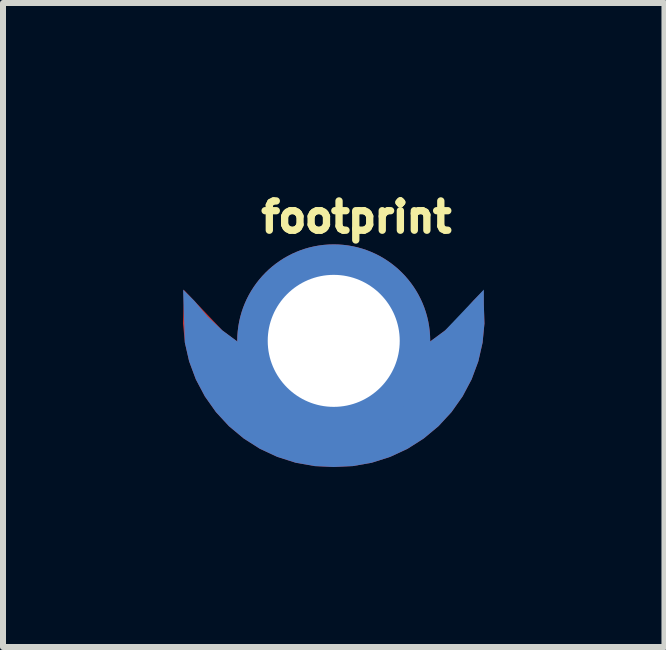
<source format=kicad_pcb>
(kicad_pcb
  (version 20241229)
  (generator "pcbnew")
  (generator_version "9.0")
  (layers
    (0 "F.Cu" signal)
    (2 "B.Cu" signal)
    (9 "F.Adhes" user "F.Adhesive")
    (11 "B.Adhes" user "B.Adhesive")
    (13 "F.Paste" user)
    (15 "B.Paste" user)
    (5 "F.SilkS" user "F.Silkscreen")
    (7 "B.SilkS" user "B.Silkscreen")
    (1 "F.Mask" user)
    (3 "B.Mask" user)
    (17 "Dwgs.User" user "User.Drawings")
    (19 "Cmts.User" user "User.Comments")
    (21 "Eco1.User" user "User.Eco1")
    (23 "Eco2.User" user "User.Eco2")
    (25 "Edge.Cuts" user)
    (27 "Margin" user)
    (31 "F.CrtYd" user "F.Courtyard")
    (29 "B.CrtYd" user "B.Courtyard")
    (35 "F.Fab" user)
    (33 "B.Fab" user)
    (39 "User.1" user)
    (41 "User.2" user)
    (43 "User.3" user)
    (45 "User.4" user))
  (footprint "footprint"
    (layer "F.Cu")
    (at 2.512 2.631)
    (property "Reference" "footprint" (at -1.27 -1.778 0) (layer "F.SilkS") (effects (font (size 0.488 0.488) (thickness 0.122)) (justify left bottom)))
    (fp_poly (pts (xy -1.855 -0.173) (xy -1.587 0.025) (xy -1.296 0.192) (xy -0.988 0.325) (xy -0.666 0.421) (xy -0.335 0.479) (xy -0.000001 0.498) (xy 0.335 0.479) (xy 0.666 0.421) (xy 0.988 0.325) (xy 1.296 0.192) (xy 1.587 0.025) (xy 1.857 -0.175) (xy 2.102 -0.405) (xy 2.325 -0.669) (xy 2.494 -0.837) (xy 2.512 -0.29) (xy 2.481 0.029) (xy 2.41 0.341) (xy 2.298 0.642) (xy 2.148 0.925) (xy 1.963 1.187) (xy 1.746 1.422) (xy 1.5 1.627) (xy 1.23 1.799) (xy 0.939 1.934) (xy 0.634 2.031) (xy 0.318 2.087) (xy 0.002 2.102) (xy -0.002 2.102) (xy -0.318 2.087) (xy -0.634 2.031) (xy -0.939 1.934) (xy -1.23 1.799) (xy -1.5 1.627) (xy -1.746 1.422) (xy -1.963 1.187) (xy -2.148 0.925) (xy -2.298 0.642) (xy -2.41 0.341) (xy -2.481 0.029) (xy -2.512 -0.29) (xy -2.502 -0.602) (xy -2.502 -0.855)) (stroke (width 0) (type solid)) (fill yes) (layer "F.Cu"))
    (fp_poly (pts (xy -1.855 -0.173) (xy -1.587 0.025) (xy -1.296 0.192) (xy -0.988 0.325) (xy -0.666 0.421) (xy -0.335 0.479) (xy -0.000001 0.498) (xy 0.335 0.479) (xy 0.666 0.421) (xy 0.988 0.325) (xy 1.296 0.192) (xy 1.587 0.025) (xy 1.857 -0.175) (xy 2.102 -0.405) (xy 2.325 -0.669) (xy 2.494 -0.837) (xy 2.512 -0.29) (xy 2.481 0.029) (xy 2.41 0.341) (xy 2.298 0.642) (xy 2.148 0.925) (xy 1.963 1.187) (xy 1.746 1.422) (xy 1.5 1.627) (xy 1.23 1.799) (xy 0.939 1.934) (xy 0.634 2.031) (xy 0.318 2.087) (xy 0.002 2.102) (xy -0.002 2.102) (xy -0.318 2.087) (xy -0.634 2.031) (xy -0.939 1.934) (xy -1.23 1.799) (xy -1.5 1.627) (xy -1.746 1.422) (xy -1.963 1.187) (xy -2.148 0.925) (xy -2.298 0.642) (xy -2.41 0.341) (xy -2.481 0.029) (xy -2.512 -0.29) (xy -2.502 -0.602) (xy -2.502 -0.855)) (stroke (width 0) (type solid)) (fill yes) (layer "F.Mask"))
    (fp_poly (pts (xy 2.502 -0.602) (xy 2.512 -0.29) (xy 2.481 0.029) (xy 2.41 0.341) (xy 2.298 0.642) (xy 2.148 0.925) (xy 1.963 1.187) (xy 1.746 1.422) (xy 1.5 1.627) (xy 1.23 1.799) (xy 0.939 1.934) (xy 0.634 2.031) (xy 0.318 2.087) (xy 0.002 2.102) (xy -0.002 2.102) (xy -0.318 2.087) (xy -0.634 2.031) (xy -0.939 1.934) (xy -1.23 1.799) (xy -1.5 1.627) (xy -1.746 1.422) (xy -1.963 1.187) (xy -2.148 0.925) (xy -2.298 0.642) (xy -2.41 0.341) (xy -2.482 0.026) (xy -2.51 -0.853) (xy -2.325 -0.669) (xy -2.102 -0.405) (xy -1.857 -0.175) (xy -1.587 0.025) (xy -1.296 0.192) (xy -0.988 0.325) (xy -0.666 0.421) (xy -0.335 0.479) (xy 0.000001 0.498) (xy 0.335 0.479) (xy 0.666 0.421) (xy 0.988 0.325) (xy 1.296 0.192) (xy 1.587 0.025) (xy 1.855 -0.173) (xy 2.502 -0.855)) (stroke (width 0) (type solid)) (fill yes) (layer "B.Cu"))
    (fp_poly (pts (xy 2.502 -0.602) (xy 2.512 -0.29) (xy 2.481 0.029) (xy 2.41 0.341) (xy 2.298 0.642) (xy 2.148 0.925) (xy 1.963 1.187) (xy 1.746 1.422) (xy 1.5 1.627) (xy 1.23 1.799) (xy 0.939 1.934) (xy 0.634 2.031) (xy 0.318 2.087) (xy 0.002 2.102) (xy -0.002 2.102) (xy -0.318 2.087) (xy -0.634 2.031) (xy -0.939 1.934) (xy -1.23 1.799) (xy -1.5 1.627) (xy -1.746 1.422) (xy -1.963 1.187) (xy -2.148 0.925) (xy -2.298 0.642) (xy -2.41 0.341) (xy -2.482 0.026) (xy -2.51 -0.853) (xy -2.325 -0.669) (xy -2.102 -0.405) (xy -1.857 -0.175) (xy -1.587 0.025) (xy -1.296 0.192) (xy -0.988 0.325) (xy -0.666 0.421) (xy -0.335 0.479) (xy 0.000001 0.498) (xy 0.335 0.479) (xy 0.666 0.421) (xy 0.988 0.325) (xy 1.296 0.192) (xy 1.587 0.025) (xy 1.855 -0.173) (xy 2.502 -0.855)) (stroke (width 0) (type solid)) (fill yes) (layer "B.Mask"))
    (pad "1" thru_hole circle (at 0 0 90) (size 3.216 3.216) (drill 2.2) (layers "*.Cu" "*.Mask")))
  (gr_rect
    (start -3 -3)
    (end 8.024 7.733)
    (stroke (width 0.1) (type default))
    (fill no)
    (layer "Edge.Cuts")))
</source>
